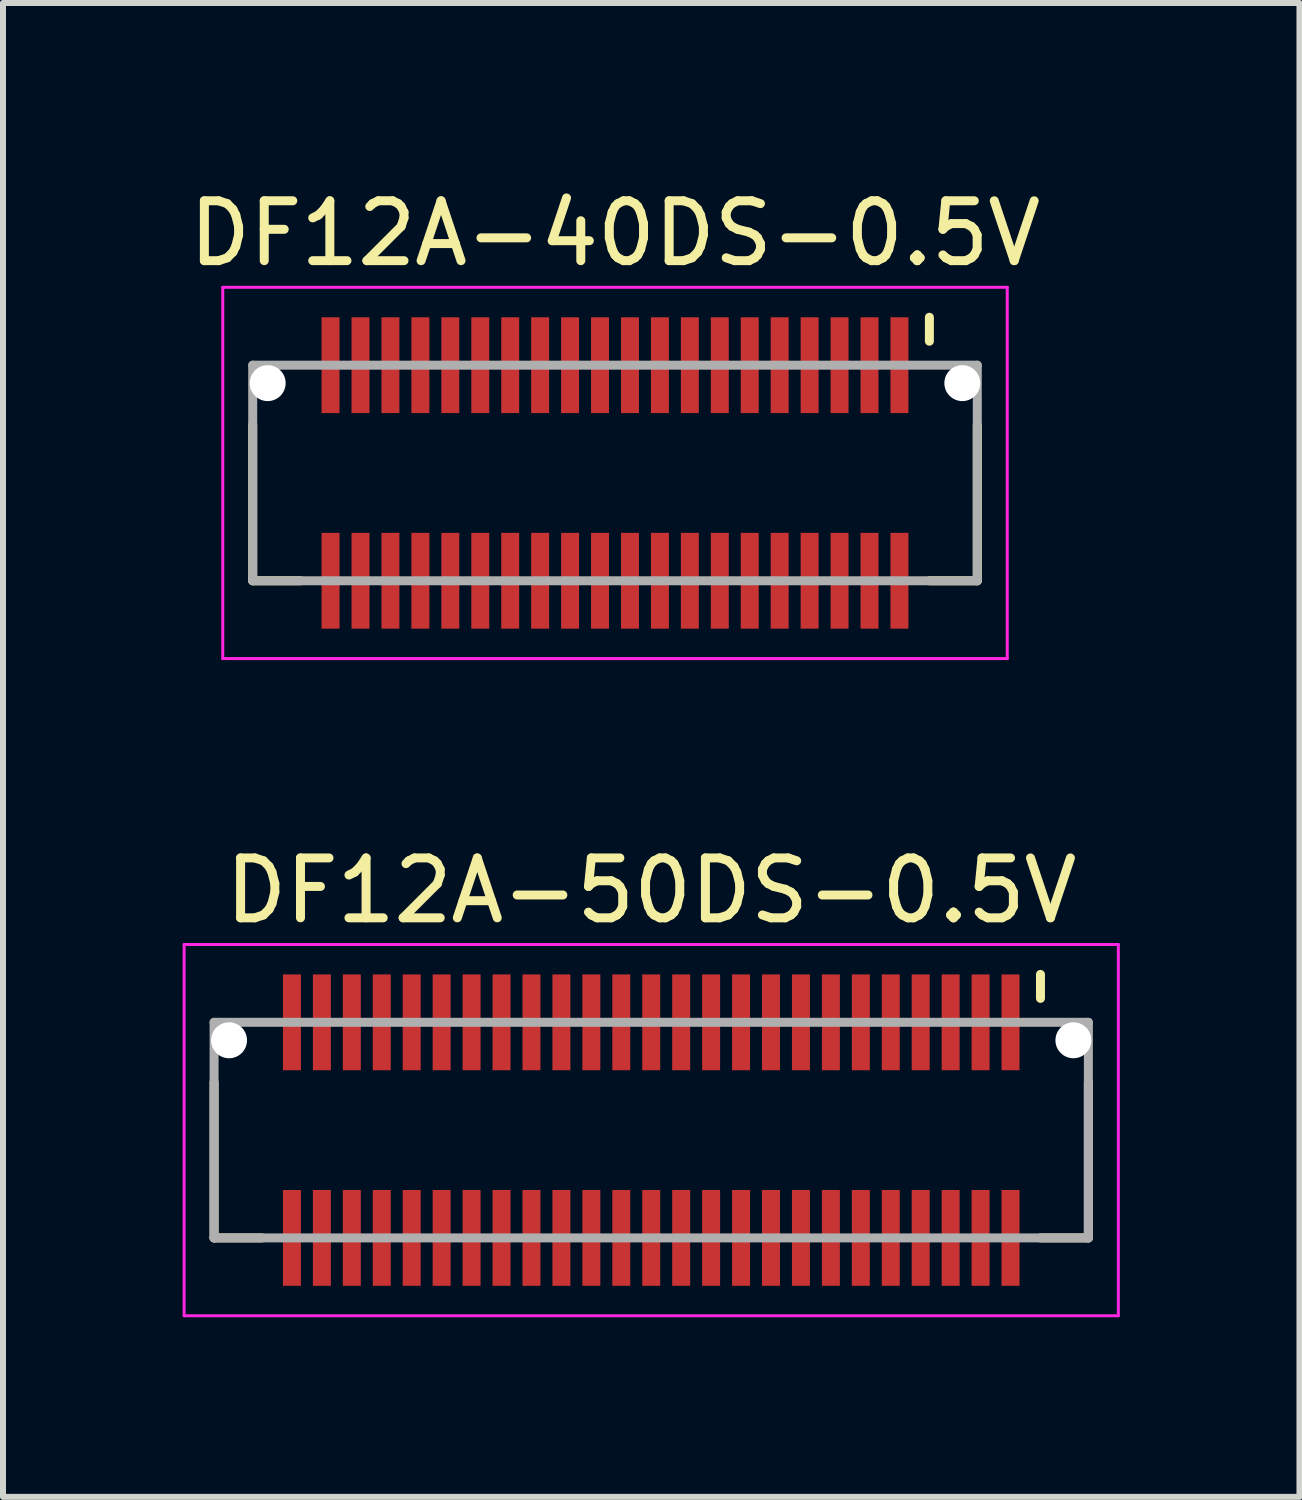
<source format=kicad_pcb>
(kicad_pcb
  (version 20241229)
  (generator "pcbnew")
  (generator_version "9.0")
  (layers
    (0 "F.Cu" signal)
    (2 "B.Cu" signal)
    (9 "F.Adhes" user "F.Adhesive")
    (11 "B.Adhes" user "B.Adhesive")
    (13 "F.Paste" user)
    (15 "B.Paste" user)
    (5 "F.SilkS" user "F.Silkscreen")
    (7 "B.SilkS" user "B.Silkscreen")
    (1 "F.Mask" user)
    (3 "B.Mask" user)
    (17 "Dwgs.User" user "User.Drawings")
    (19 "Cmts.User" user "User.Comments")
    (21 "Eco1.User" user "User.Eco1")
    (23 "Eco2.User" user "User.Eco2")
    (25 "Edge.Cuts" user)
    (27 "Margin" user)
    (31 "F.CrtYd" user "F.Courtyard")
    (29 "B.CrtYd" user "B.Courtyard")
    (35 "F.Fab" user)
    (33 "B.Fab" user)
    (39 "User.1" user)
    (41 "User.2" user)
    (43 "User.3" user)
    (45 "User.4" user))
  (footprint "DF12A-50DS-0.5V"
    (layer "F.Cu")
    (at 7.825 15.822)
    (property "Reference" "DF12A-50DS-0.5V" (at 0 -4 0) (layer "F.SilkS") (effects (font (size 1 1) (thickness 0.15))))
    (attr smd)
    (fp_line (start -7.3 -0.8) (end -7.3 1.8) (stroke (width 0.15) (type solid)) (layer "F.SilkS"))
    (fp_line (start -7.3 1.8) (end -6.5 1.8) (stroke (width 0.15) (type solid)) (layer "F.SilkS"))
    (fp_line (start 6.5 -2.6) (end 6.5 -2.2) (stroke (width 0.15) (type solid)) (layer "F.SilkS"))
    (fp_line (start 6.5 1.8) (end 7.3 1.8) (stroke (width 0.15) (type solid)) (layer "F.SilkS"))
    (fp_line (start 7.3 -0.8) (end 7.3 1.8) (stroke (width 0.15) (type solid)) (layer "F.SilkS"))
    (fp_line (start -7.8 -3.1) (end -7.8 3.1) (stroke (width 0.05) (type solid)) (layer "F.CrtYd"))
    (fp_line (start -7.8 -3.1) (end 7.8 -3.1) (stroke (width 0.05) (type solid)) (layer "F.CrtYd"))
    (fp_line (start -7.8 3.1) (end 7.8 3.1) (stroke (width 0.05) (type solid)) (layer "F.CrtYd"))
    (fp_line (start 7.8 -3.1) (end 7.8 3.1) (stroke (width 0.05) (type solid)) (layer "F.CrtYd"))
    (fp_line (start -7.3 -1.8) (end -7.3 1.8) (stroke (width 0.15) (type solid)) (layer "F.Fab"))
    (fp_line (start -7.3 -1.8) (end 7.3 -1.8) (stroke (width 0.15) (type solid)) (layer "F.Fab"))
    (fp_line (start -7.3 1.8) (end 7.3 1.8) (stroke (width 0.15) (type solid)) (layer "F.Fab"))
    (fp_line (start 7.3 -1.8) (end 7.3 1.8) (stroke (width 0.15) (type solid)) (layer "F.Fab"))
    (pad "" np_thru_hole circle (at -7.05 -1.5) (size 0.6 0.6) (drill 0.6) (layers "*.Cu" "*.Mask"))
    (pad "" np_thru_hole circle (at 7.05 -1.5) (size 0.6 0.6) (drill 0.6) (layers "*.Cu" "*.Mask"))
    (pad "1" smd rect (at 6 -1.8) (size 0.3 1.6) (layers "F.Cu" "F.Mask" "F.Paste"))
    (pad "2" smd rect (at 6 1.8) (size 0.3 1.6) (layers "F.Cu" "F.Mask" "F.Paste"))
    (pad "3" smd rect (at 5.5 -1.8) (size 0.3 1.6) (layers "F.Cu" "F.Mask" "F.Paste"))
    (pad "4" smd rect (at 5.5 1.8) (size 0.3 1.6) (layers "F.Cu" "F.Mask" "F.Paste"))
    (pad "5" smd rect (at 5 -1.8) (size 0.3 1.6) (layers "F.Cu" "F.Mask" "F.Paste"))
    (pad "6" smd rect (at 5 1.8) (size 0.3 1.6) (layers "F.Cu" "F.Mask" "F.Paste"))
    (pad "7" smd rect (at 4.5 -1.8) (size 0.3 1.6) (layers "F.Cu" "F.Mask" "F.Paste"))
    (pad "8" smd rect (at 4.5 1.8) (size 0.3 1.6) (layers "F.Cu" "F.Mask" "F.Paste"))
    (pad "9" smd rect (at 4 -1.8) (size 0.3 1.6) (layers "F.Cu" "F.Mask" "F.Paste"))
    (pad "10" smd rect (at 4 1.8) (size 0.3 1.6) (layers "F.Cu" "F.Mask" "F.Paste"))
    (pad "11" smd rect (at 3.5 -1.8) (size 0.3 1.6) (layers "F.Cu" "F.Mask" "F.Paste"))
    (pad "12" smd rect (at 3.5 1.8) (size 0.3 1.6) (layers "F.Cu" "F.Mask" "F.Paste"))
    (pad "13" smd rect (at 3 -1.8) (size 0.3 1.6) (layers "F.Cu" "F.Mask" "F.Paste"))
    (pad "14" smd rect (at 3 1.8) (size 0.3 1.6) (layers "F.Cu" "F.Mask" "F.Paste"))
    (pad "15" smd rect (at 2.5 -1.8) (size 0.3 1.6) (layers "F.Cu" "F.Mask" "F.Paste"))
    (pad "16" smd rect (at 2.5 1.8) (size 0.3 1.6) (layers "F.Cu" "F.Mask" "F.Paste"))
    (pad "17" smd rect (at 2 -1.8) (size 0.3 1.6) (layers "F.Cu" "F.Mask" "F.Paste"))
    (pad "18" smd rect (at 2 1.8) (size 0.3 1.6) (layers "F.Cu" "F.Mask" "F.Paste"))
    (pad "19" smd rect (at 1.5 -1.8) (size 0.3 1.6) (layers "F.Cu" "F.Mask" "F.Paste"))
    (pad "20" smd rect (at 1.5 1.8) (size 0.3 1.6) (layers "F.Cu" "F.Mask" "F.Paste"))
    (pad "21" smd rect (at 1 -1.8) (size 0.3 1.6) (layers "F.Cu" "F.Mask" "F.Paste"))
    (pad "22" smd rect (at 1 1.8) (size 0.3 1.6) (layers "F.Cu" "F.Mask" "F.Paste"))
    (pad "23" smd rect (at 0.5 -1.8) (size 0.3 1.6) (layers "F.Cu" "F.Mask" "F.Paste"))
    (pad "24" smd rect (at 0.5 1.8) (size 0.3 1.6) (layers "F.Cu" "F.Mask" "F.Paste"))
    (pad "25" smd rect (at 0 -1.8) (size 0.3 1.6) (layers "F.Cu" "F.Mask" "F.Paste"))
    (pad "26" smd rect (at 0 1.8) (size 0.3 1.6) (layers "F.Cu" "F.Mask" "F.Paste"))
    (pad "27" smd rect (at -0.5 -1.8) (size 0.3 1.6) (layers "F.Cu" "F.Mask" "F.Paste"))
    (pad "28" smd rect (at -0.5 1.8) (size 0.3 1.6) (layers "F.Cu" "F.Mask" "F.Paste"))
    (pad "29" smd rect (at -1 -1.8) (size 0.3 1.6) (layers "F.Cu" "F.Mask" "F.Paste"))
    (pad "30" smd rect (at -1 1.8) (size 0.3 1.6) (layers "F.Cu" "F.Mask" "F.Paste"))
    (pad "31" smd rect (at -1.5 -1.8) (size 0.3 1.6) (layers "F.Cu" "F.Mask" "F.Paste"))
    (pad "32" smd rect (at -1.5 1.8) (size 0.3 1.6) (layers "F.Cu" "F.Mask" "F.Paste"))
    (pad "33" smd rect (at -2 -1.8) (size 0.3 1.6) (layers "F.Cu" "F.Mask" "F.Paste"))
    (pad "34" smd rect (at -2 1.8) (size 0.3 1.6) (layers "F.Cu" "F.Mask" "F.Paste"))
    (pad "35" smd rect (at -2.5 -1.8) (size 0.3 1.6) (layers "F.Cu" "F.Mask" "F.Paste"))
    (pad "36" smd rect (at -2.5 1.8) (size 0.3 1.6) (layers "F.Cu" "F.Mask" "F.Paste"))
    (pad "37" smd rect (at -3 -1.8) (size 0.3 1.6) (layers "F.Cu" "F.Mask" "F.Paste"))
    (pad "38" smd rect (at -3 1.8) (size 0.3 1.6) (layers "F.Cu" "F.Mask" "F.Paste"))
    (pad "39" smd rect (at -3.5 -1.8) (size 0.3 1.6) (layers "F.Cu" "F.Mask" "F.Paste"))
    (pad "40" smd rect (at -3.5 1.8) (size 0.3 1.6) (layers "F.Cu" "F.Mask" "F.Paste"))
    (pad "41" smd rect (at -4 -1.8) (size 0.3 1.6) (layers "F.Cu" "F.Mask" "F.Paste"))
    (pad "42" smd rect (at -4 1.8) (size 0.3 1.6) (layers "F.Cu" "F.Mask" "F.Paste"))
    (pad "43" smd rect (at -4.5 -1.8) (size 0.3 1.6) (layers "F.Cu" "F.Mask" "F.Paste"))
    (pad "44" smd rect (at -4.5 1.8) (size 0.3 1.6) (layers "F.Cu" "F.Mask" "F.Paste"))
    (pad "45" smd rect (at -5 -1.8) (size 0.3 1.6) (layers "F.Cu" "F.Mask" "F.Paste"))
    (pad "46" smd rect (at -5 1.8) (size 0.3 1.6) (layers "F.Cu" "F.Mask" "F.Paste"))
    (pad "47" smd rect (at -5.5 -1.8) (size 0.3 1.6) (layers "F.Cu" "F.Mask" "F.Paste"))
    (pad "48" smd rect (at -5.5 1.8) (size 0.3 1.6) (layers "F.Cu" "F.Mask" "F.Paste"))
    (pad "49" smd rect (at -6 -1.8) (size 0.3 1.6) (layers "F.Cu" "F.Mask" "F.Paste"))
    (pad "50" smd rect (at -6 1.8) (size 0.3 1.6) (layers "F.Cu" "F.Mask" "F.Paste")))
  (footprint "DF12A-40DS-0.5V"
    (layer "F.Cu")
    (at 7.22 4.848)
    (property "Reference" "DF12A-40DS-0.5V" (at 0 -4 0) (layer "F.SilkS") (effects (font (size 1 1) (thickness 0.15))))
    (attr smd)
    (fp_line (start -6.05 -0.8) (end -6.05 1.8) (stroke (width 0.15) (type solid)) (layer "F.SilkS"))
    (fp_line (start -6.05 1.8) (end -5.25 1.8) (stroke (width 0.15) (type solid)) (layer "F.SilkS"))
    (fp_line (start 5.25 -2.6) (end 5.25 -2.2) (stroke (width 0.15) (type solid)) (layer "F.SilkS"))
    (fp_line (start 5.25 1.8) (end 6.05 1.8) (stroke (width 0.15) (type solid)) (layer "F.SilkS"))
    (fp_line (start 6.05 -0.8) (end 6.05 1.8) (stroke (width 0.15) (type solid)) (layer "F.SilkS"))
    (fp_line (start -6.55 -3.1) (end -6.55 3.1) (stroke (width 0.05) (type solid)) (layer "F.CrtYd"))
    (fp_line (start -6.55 -3.1) (end 6.55 -3.1) (stroke (width 0.05) (type solid)) (layer "F.CrtYd"))
    (fp_line (start -6.55 3.1) (end 6.55 3.1) (stroke (width 0.05) (type solid)) (layer "F.CrtYd"))
    (fp_line (start 6.55 -3.1) (end 6.55 3.1) (stroke (width 0.05) (type solid)) (layer "F.CrtYd"))
    (fp_line (start -6.05 -1.8) (end -6.05 1.8) (stroke (width 0.15) (type solid)) (layer "F.Fab"))
    (fp_line (start -6.05 -1.8) (end 6.05 -1.8) (stroke (width 0.15) (type solid)) (layer "F.Fab"))
    (fp_line (start -6.05 1.8) (end 6.05 1.8) (stroke (width 0.15) (type solid)) (layer "F.Fab"))
    (fp_line (start 6.05 -1.8) (end 6.05 1.8) (stroke (width 0.15) (type solid)) (layer "F.Fab"))
    (pad "" np_thru_hole circle (at -5.8 -1.5) (size 0.6 0.6) (drill 0.6) (layers "*.Cu" "*.Mask"))
    (pad "" np_thru_hole circle (at 5.8 -1.5) (size 0.6 0.6) (drill 0.6) (layers "*.Cu" "*.Mask"))
    (pad "1" smd rect (at 4.75 -1.8) (size 0.3 1.6) (layers "F.Cu" "F.Mask" "F.Paste"))
    (pad "2" smd rect (at 4.75 1.8) (size 0.3 1.6) (layers "F.Cu" "F.Mask" "F.Paste"))
    (pad "3" smd rect (at 4.25 -1.8) (size 0.3 1.6) (layers "F.Cu" "F.Mask" "F.Paste"))
    (pad "4" smd rect (at 4.25 1.8) (size 0.3 1.6) (layers "F.Cu" "F.Mask" "F.Paste"))
    (pad "5" smd rect (at 3.75 -1.8) (size 0.3 1.6) (layers "F.Cu" "F.Mask" "F.Paste"))
    (pad "6" smd rect (at 3.75 1.8) (size 0.3 1.6) (layers "F.Cu" "F.Mask" "F.Paste"))
    (pad "7" smd rect (at 3.25 -1.8) (size 0.3 1.6) (layers "F.Cu" "F.Mask" "F.Paste"))
    (pad "8" smd rect (at 3.25 1.8) (size 0.3 1.6) (layers "F.Cu" "F.Mask" "F.Paste"))
    (pad "9" smd rect (at 2.75 -1.8) (size 0.3 1.6) (layers "F.Cu" "F.Mask" "F.Paste"))
    (pad "10" smd rect (at 2.75 1.8) (size 0.3 1.6) (layers "F.Cu" "F.Mask" "F.Paste"))
    (pad "11" smd rect (at 2.25 -1.8) (size 0.3 1.6) (layers "F.Cu" "F.Mask" "F.Paste"))
    (pad "12" smd rect (at 2.25 1.8) (size 0.3 1.6) (layers "F.Cu" "F.Mask" "F.Paste"))
    (pad "13" smd rect (at 1.75 -1.8) (size 0.3 1.6) (layers "F.Cu" "F.Mask" "F.Paste"))
    (pad "14" smd rect (at 1.75 1.8) (size 0.3 1.6) (layers "F.Cu" "F.Mask" "F.Paste"))
    (pad "15" smd rect (at 1.25 -1.8) (size 0.3 1.6) (layers "F.Cu" "F.Mask" "F.Paste"))
    (pad "16" smd rect (at 1.25 1.8) (size 0.3 1.6) (layers "F.Cu" "F.Mask" "F.Paste"))
    (pad "17" smd rect (at 0.75 -1.8) (size 0.3 1.6) (layers "F.Cu" "F.Mask" "F.Paste"))
    (pad "18" smd rect (at 0.75 1.8) (size 0.3 1.6) (layers "F.Cu" "F.Mask" "F.Paste"))
    (pad "19" smd rect (at 0.25 -1.8) (size 0.3 1.6) (layers "F.Cu" "F.Mask" "F.Paste"))
    (pad "20" smd rect (at 0.25 1.8) (size 0.3 1.6) (layers "F.Cu" "F.Mask" "F.Paste"))
    (pad "21" smd rect (at -0.25 -1.8) (size 0.3 1.6) (layers "F.Cu" "F.Mask" "F.Paste"))
    (pad "22" smd rect (at -0.25 1.8) (size 0.3 1.6) (layers "F.Cu" "F.Mask" "F.Paste"))
    (pad "23" smd rect (at -0.75 -1.8) (size 0.3 1.6) (layers "F.Cu" "F.Mask" "F.Paste"))
    (pad "24" smd rect (at -0.75 1.8) (size 0.3 1.6) (layers "F.Cu" "F.Mask" "F.Paste"))
    (pad "25" smd rect (at -1.25 -1.8) (size 0.3 1.6) (layers "F.Cu" "F.Mask" "F.Paste"))
    (pad "26" smd rect (at -1.25 1.8) (size 0.3 1.6) (layers "F.Cu" "F.Mask" "F.Paste"))
    (pad "27" smd rect (at -1.75 -1.8) (size 0.3 1.6) (layers "F.Cu" "F.Mask" "F.Paste"))
    (pad "28" smd rect (at -1.75 1.8) (size 0.3 1.6) (layers "F.Cu" "F.Mask" "F.Paste"))
    (pad "29" smd rect (at -2.25 -1.8) (size 0.3 1.6) (layers "F.Cu" "F.Mask" "F.Paste"))
    (pad "30" smd rect (at -2.25 1.8) (size 0.3 1.6) (layers "F.Cu" "F.Mask" "F.Paste"))
    (pad "31" smd rect (at -2.75 -1.8) (size 0.3 1.6) (layers "F.Cu" "F.Mask" "F.Paste"))
    (pad "32" smd rect (at -2.75 1.8) (size 0.3 1.6) (layers "F.Cu" "F.Mask" "F.Paste"))
    (pad "33" smd rect (at -3.25 -1.8) (size 0.3 1.6) (layers "F.Cu" "F.Mask" "F.Paste"))
    (pad "34" smd rect (at -3.25 1.8) (size 0.3 1.6) (layers "F.Cu" "F.Mask" "F.Paste"))
    (pad "35" smd rect (at -3.75 -1.8) (size 0.3 1.6) (layers "F.Cu" "F.Mask" "F.Paste"))
    (pad "36" smd rect (at -3.75 1.8) (size 0.3 1.6) (layers "F.Cu" "F.Mask" "F.Paste"))
    (pad "37" smd rect (at -4.25 -1.8) (size 0.3 1.6) (layers "F.Cu" "F.Mask" "F.Paste"))
    (pad "38" smd rect (at -4.25 1.8) (size 0.3 1.6) (layers "F.Cu" "F.Mask" "F.Paste"))
    (pad "39" smd rect (at -4.75 -1.8) (size 0.3 1.6) (layers "F.Cu" "F.Mask" "F.Paste"))
    (pad "40" smd rect (at -4.75 1.8) (size 0.3 1.6) (layers "F.Cu" "F.Mask" "F.Paste")))
  (gr_rect
    (start -3 -3)
    (end 18.65 21.947)
    (stroke (width 0.1) (type default))
    (fill no)
    (layer "Edge.Cuts")))
</source>
